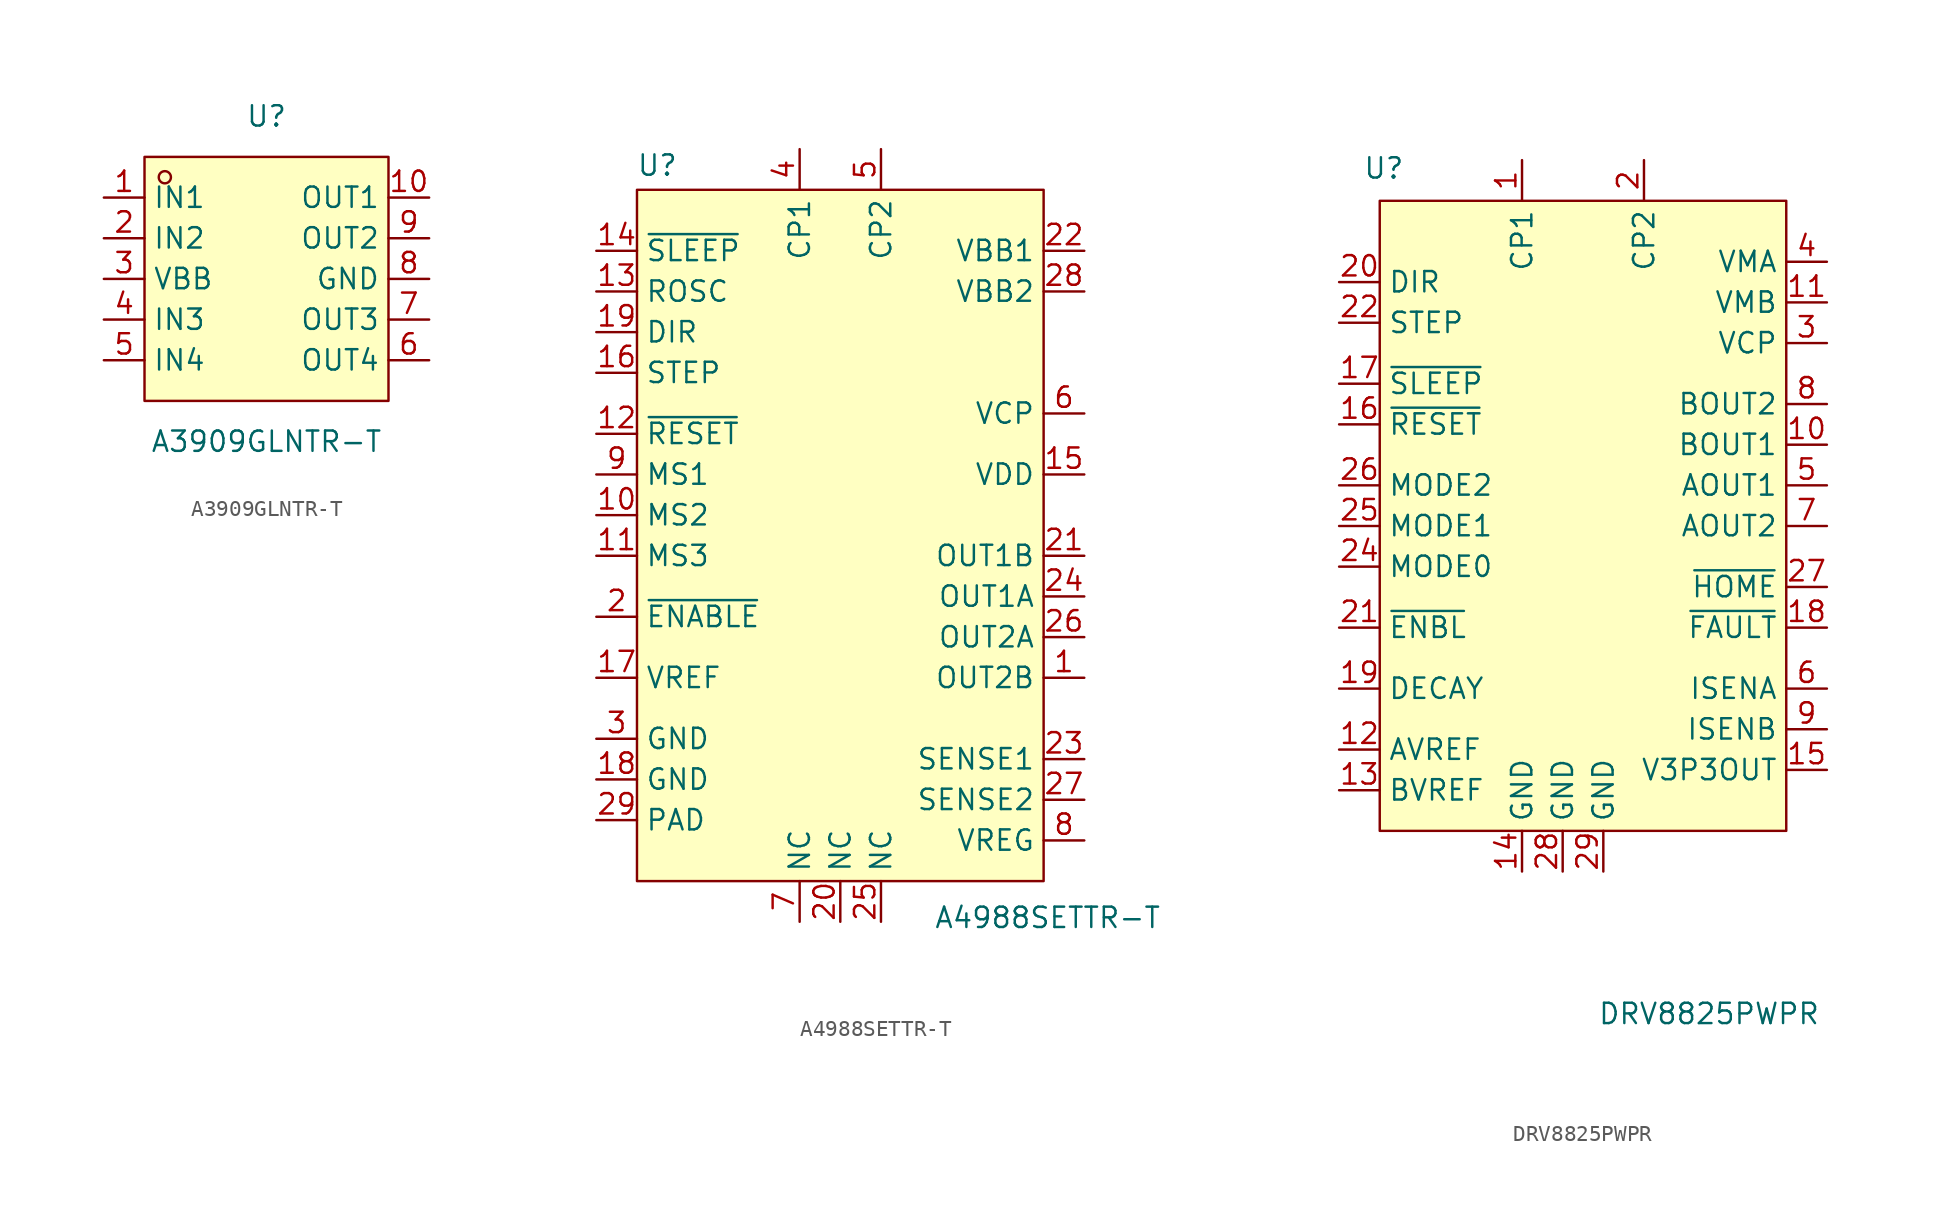
<source format=kicad_sym>
(kicad_symbol_lib
  (version 20241209)
  (generator "kicad_symbol_editor")
  (generator_version "9.0")
  (symbol "A3909GLNTR-T"
    (property "Reference" "U"
      (at 0 10.16 0)
      (effects (font (size 1.27 1.27))))
    (property "Value" "A3909GLNTR-T"
      (at 0 -10.16 0)
      (effects (font (size 1.27 1.27))))
    (symbol "A3909GLNTR-T_0_1"
      (rectangle (start -7.62 7.62) (end 7.62 -7.62) (stroke (width 0) (type default)) (fill (type background)))
      (circle (center -6.35 6.35) (radius 0.38) (stroke (width 0) (type default)) (fill (type none)))
      (pin unspecified line (at -10.16 5.08 0) (length 2.54) (name "IN1" (effects (font (size 1.27 1.27)))) (number "1" (effects (font (size 1.27 1.27)))))
      (pin unspecified line (at -10.16 2.54 0) (length 2.54) (name "IN2" (effects (font (size 1.27 1.27)))) (number "2" (effects (font (size 1.27 1.27)))))
      (pin unspecified line (at -10.16 0 0) (length 2.54) (name "VBB" (effects (font (size 1.27 1.27)))) (number "3" (effects (font (size 1.27 1.27)))))
      (pin unspecified line (at -10.16 -2.54 0) (length 2.54) (name "IN3" (effects (font (size 1.27 1.27)))) (number "4" (effects (font (size 1.27 1.27)))))
      (pin unspecified line (at -10.16 -5.08 0) (length 2.54) (name "IN4" (effects (font (size 1.27 1.27)))) (number "5" (effects (font (size 1.27 1.27)))))
      (pin unspecified line (at 10.16 5.08 180) (length 2.54) (name "OUT1" (effects (font (size 1.27 1.27)))) (number "10" (effects (font (size 1.27 1.27)))))
      (pin unspecified line (at 10.16 2.54 180) (length 2.54) (name "OUT2" (effects (font (size 1.27 1.27)))) (number "9" (effects (font (size 1.27 1.27)))))
      (pin unspecified line (at 10.16 0 180) (length 2.54) (name "GND" (effects (font (size 1.27 1.27)))) (number "8" (effects (font (size 1.27 1.27)))))
      (pin unspecified line (at 10.16 -2.54 180) (length 2.54) (name "OUT3" (effects (font (size 1.27 1.27)))) (number "7" (effects (font (size 1.27 1.27)))))
      (pin unspecified line (at 10.16 -5.08 180) (length 2.54) (name "OUT4" (effects (font (size 1.27 1.27)))) (number "6" (effects (font (size 1.27 1.27)))))))
  (symbol "A4988SETTR-T"
    (property "Reference" "U"
      (at -11.43 24.384 0)
      (effects (font (size 1.27 1.27))))
    (property "Value" "A4988SETTR-T"
      (at 12.954 -22.606 0)
      (effects (font (size 1.27 1.27))))
    (symbol "A4988SETTR-T_0_1"
      (rectangle (start -12.7 22.86) (end 12.7 -20.32) (stroke (width 0) (type default)) (fill (type background)))
      (pin unspecified line (at -15.24 19.05 0) (length 2.54) (name "~{SLEEP}" (effects (font (size 1.27 1.27)))) (number "14" (effects (font (size 1.27 1.27)))))
      (pin unspecified line (at -15.24 16.51 0) (length 2.54) (name "ROSC" (effects (font (size 1.27 1.27)))) (number "13" (effects (font (size 1.27 1.27)))))
      (pin unspecified line (at -15.24 13.97 0) (length 2.54) (name "DIR" (effects (font (size 1.27 1.27)))) (number "19" (effects (font (size 1.27 1.27)))))
      (pin unspecified line (at -15.24 11.43 0) (length 2.54) (name "STEP" (effects (font (size 1.27 1.27)))) (number "16" (effects (font (size 1.27 1.27)))))
      (pin unspecified line (at -15.24 7.62 0) (length 2.54) (name "~{RESET}" (effects (font (size 1.27 1.27)))) (number "12" (effects (font (size 1.27 1.27)))))
      (pin unspecified line (at -15.24 5.08 0) (length 2.54) (name "MS1" (effects (font (size 1.27 1.27)))) (number "9" (effects (font (size 1.27 1.27)))))
      (pin unspecified line (at -15.24 2.54 0) (length 2.54) (name "MS2" (effects (font (size 1.27 1.27)))) (number "10" (effects (font (size 1.27 1.27)))))
      (pin unspecified line (at -15.24 0 0) (length 2.54) (name "MS3" (effects (font (size 1.27 1.27)))) (number "11" (effects (font (size 1.27 1.27)))))
      (pin unspecified line (at -15.24 -3.81 0) (length 2.54) (name "~{ENABLE}" (effects (font (size 1.27 1.27)))) (number "2" (effects (font (size 1.27 1.27)))))
      (pin unspecified line (at -15.24 -11.43 0) (length 2.54) (name "GND" (effects (font (size 1.27 1.27)))) (number "3" (effects (font (size 1.27 1.27)))))
      (pin unspecified line (at -15.24 -13.97 0) (length 2.54) (name "GND" (effects (font (size 1.27 1.27)))) (number "18" (effects (font (size 1.27 1.27)))))
      (pin unspecified line (at -15.24 -16.51 0) (length 2.54) (name "PAD" (effects (font (size 1.27 1.27)))) (number "29" (effects (font (size 1.27 1.27)))))
      (pin unspecified line (at -2.54 25.4 270) (length 2.54) (name "CP1" (effects (font (size 1.27 1.27)))) (number "4" (effects (font (size 1.27 1.27)))))
      (pin unspecified line (at -2.54 -22.86 90) (length 2.54) (name "NC" (effects (font (size 1.27 1.27)))) (number "7" (effects (font (size 1.27 1.27)))))
      (pin unspecified line (at 0 -22.86 90) (length 2.54) (name "NC" (effects (font (size 1.27 1.27)))) (number "20" (effects (font (size 1.27 1.27)))))
      (pin unspecified line (at 2.54 25.4 270) (length 2.54) (name "CP2" (effects (font (size 1.27 1.27)))) (number "5" (effects (font (size 1.27 1.27)))))
      (pin unspecified line (at 2.54 -22.86 90) (length 2.54) (name "NC" (effects (font (size 1.27 1.27)))) (number "25" (effects (font (size 1.27 1.27)))))
      (pin unspecified line (at 15.24 19.05 180) (length 2.54) (name "VBB1" (effects (font (size 1.27 1.27)))) (number "22" (effects (font (size 1.27 1.27)))))
      (pin unspecified line (at 15.24 16.51 180) (length 2.54) (name "VBB2" (effects (font (size 1.27 1.27)))) (number "28" (effects (font (size 1.27 1.27)))))
      (pin unspecified line (at 15.24 8.89 180) (length 2.54) (name "VCP" (effects (font (size 1.27 1.27)))) (number "6" (effects (font (size 1.27 1.27)))))
      (pin unspecified line (at 15.24 5.08 180) (length 2.54) (name "VDD" (effects (font (size 1.27 1.27)))) (number "15" (effects (font (size 1.27 1.27)))))
      (pin unspecified line (at 15.24 0 180) (length 2.54) (name "OUT1B" (effects (font (size 1.27 1.27)))) (number "21" (effects (font (size 1.27 1.27)))))
      (pin unspecified line (at 15.24 -2.54 180) (length 2.54) (name "OUT1A" (effects (font (size 1.27 1.27)))) (number "24" (effects (font (size 1.27 1.27)))))
      (pin unspecified line (at 15.24 -5.08 180) (length 2.54) (name "OUT2A" (effects (font (size 1.27 1.27)))) (number "26" (effects (font (size 1.27 1.27)))))
      (pin unspecified line (at 15.24 -7.62 180) (length 2.54) (name "OUT2B" (effects (font (size 1.27 1.27)))) (number "1" (effects (font (size 1.27 1.27)))))
      (pin unspecified line (at 15.24 -12.7 180) (length 2.54) (name "SENSE1" (effects (font (size 1.27 1.27)))) (number "23" (effects (font (size 1.27 1.27)))))
      (pin unspecified line (at 15.24 -15.24 180) (length 2.54) (name "SENSE2" (effects (font (size 1.27 1.27)))) (number "27" (effects (font (size 1.27 1.27)))))
      (pin unspecified line (at 15.24 -17.78 180) (length 2.54) (name "VREG" (effects (font (size 1.27 1.27)))) (number "8" (effects (font (size 1.27 1.27))))))
    (symbol "A4988SETTR-T_1_1"
      (pin unspecified line (at -15.24 -7.62 0) (length 2.54) (name "VREF" (effects (font (size 1.27 1.27)))) (number "17" (effects (font (size 1.27 1.27)))))))
  (symbol "DRV8825PWPR"
    (property "Reference" "U"
      (at -12.446 23.622 0)
      (effects (font (size 1.27 1.27))))
    (property "Value" "DRV8825PWPR"
      (at 7.874 -29.21 0)
      (effects (font (size 1.27 1.27))))
    (symbol "DRV8825PWPR_0_1"
      (rectangle (start -12.7 21.59) (end 12.7 -17.78) (stroke (width 0) (type default)) (fill (type background)))
      (pin unspecified line (at -15.24 16.51 0) (length 2.54) (name "DIR" (effects (font (size 1.27 1.27)))) (number "20" (effects (font (size 1.27 1.27)))))
      (pin unspecified line (at -15.24 13.97 0) (length 2.54) (name "STEP" (effects (font (size 1.27 1.27)))) (number "22" (effects (font (size 1.27 1.27)))))
      (pin unspecified line (at -15.24 3.81 0) (length 2.54) (name "MODE2" (effects (font (size 1.27 1.27)))) (number "26" (effects (font (size 1.27 1.27)))))
      (pin unspecified line (at -15.24 1.27 0) (length 2.54) (name "MODE1" (effects (font (size 1.27 1.27)))) (number "25" (effects (font (size 1.27 1.27)))))
      (pin unspecified line (at -15.24 -1.27 0) (length 2.54) (name "MODE0" (effects (font (size 1.27 1.27)))) (number "24" (effects (font (size 1.27 1.27)))))
      (pin unspecified line (at -15.24 -8.89 0) (length 2.54) (name "DECAY" (effects (font (size 1.27 1.27)))) (number "19" (effects (font (size 1.27 1.27)))))
      (pin unspecified line (at -15.24 -12.7 0) (length 2.54) (name "AVREF" (effects (font (size 1.27 1.27)))) (number "12" (effects (font (size 1.27 1.27)))))
      (pin unspecified line (at -15.24 -15.24 0) (length 2.54) (name "BVREF" (effects (font (size 1.27 1.27)))) (number "13" (effects (font (size 1.27 1.27)))))
      (pin unspecified line (at -3.81 24.13 270) (length 2.54) (name "CP1" (effects (font (size 1.27 1.27)))) (number "1" (effects (font (size 1.27 1.27)))))
      (pin unspecified line (at -3.81 -20.32 90) (length 2.54) (name "GND" (effects (font (size 1.27 1.27)))) (number "14" (effects (font (size 1.27 1.27)))))
      (pin unspecified line (at 3.81 24.13 270) (length 2.54) (name "CP2" (effects (font (size 1.27 1.27)))) (number "2" (effects (font (size 1.27 1.27)))))
      (pin unspecified line (at 15.24 17.78 180) (length 2.54) (name "VMA" (effects (font (size 1.27 1.27)))) (number "4" (effects (font (size 1.27 1.27)))))
      (pin unspecified line (at 15.24 15.24 180) (length 2.54) (name "VMB" (effects (font (size 1.27 1.27)))) (number "11" (effects (font (size 1.27 1.27)))))
      (pin unspecified line (at 15.24 12.7 180) (length 2.54) (name "VCP" (effects (font (size 1.27 1.27)))) (number "3" (effects (font (size 1.27 1.27)))))
      (pin unspecified line (at 15.24 8.89 180) (length 2.54) (name "BOUT2" (effects (font (size 1.27 1.27)))) (number "8" (effects (font (size 1.27 1.27)))))
      (pin unspecified line (at 15.24 6.35 180) (length 2.54) (name "BOUT1" (effects (font (size 1.27 1.27)))) (number "10" (effects (font (size 1.27 1.27)))))
      (pin unspecified line (at 15.24 3.81 180) (length 2.54) (name "AOUT1" (effects (font (size 1.27 1.27)))) (number "5" (effects (font (size 1.27 1.27)))))
      (pin unspecified line (at 15.24 1.27 180) (length 2.54) (name "AOUT2" (effects (font (size 1.27 1.27)))) (number "7" (effects (font (size 1.27 1.27)))))
      (pin unspecified line (at 15.24 -8.89 180) (length 2.54) (name "ISENA" (effects (font (size 1.27 1.27)))) (number "6" (effects (font (size 1.27 1.27)))))
      (pin unspecified line (at 15.24 -11.43 180) (length 2.54) (name "ISENB" (effects (font (size 1.27 1.27)))) (number "9" (effects (font (size 1.27 1.27)))))
      (pin unspecified line (at 15.24 -13.97 180) (length 2.54) (name "V3P3OUT" (effects (font (size 1.27 1.27)))) (number "15" (effects (font (size 1.27 1.27))))))
    (symbol "DRV8825PWPR_1_1"
      (pin unspecified line (at -15.24 10.16 0) (length 2.54) (name "~{SLEEP}" (effects (font (size 1.27 1.27)))) (number "17" (effects (font (size 1.27 1.27)))))
      (pin unspecified line (at -15.24 7.62 0) (length 2.54) (name "~{RESET}" (effects (font (size 1.27 1.27)))) (number "16" (effects (font (size 1.27 1.27)))))
      (pin unspecified line (at -15.24 -5.08 0) (length 2.54) (name "~{ENBL}" (effects (font (size 1.27 1.27)))) (number "21" (effects (font (size 1.27 1.27)))))
      (pin unspecified line (at -1.27 -20.32 90) (length 2.54) (name "GND" (effects (font (size 1.27 1.27)))) (number "28" (effects (font (size 1.27 1.27)))))
      (pin unspecified line (at 1.27 -20.32 90) (length 2.54) (name "GND" (effects (font (size 1.27 1.27)))) (number "29" (effects (font (size 1.27 1.27)))))
      (pin unspecified line (at 6.35 -20.32 90) (length 2.54) (hide yes) (name "NC" (effects (font (size 1.27 1.27)))) (number "23" (effects (font (size 1.27 1.27)))))
      (pin unspecified line (at 15.24 -2.54 180) (length 2.54) (name "~{HOME}" (effects (font (size 1.27 1.27)))) (number "27" (effects (font (size 1.27 1.27)))))
      (pin unspecified line (at 15.24 -5.08 180) (length 2.54) (name "~{FAULT}" (effects (font (size 1.27 1.27)))) (number "18" (effects (font (size 1.27 1.27))))))))
</source>
